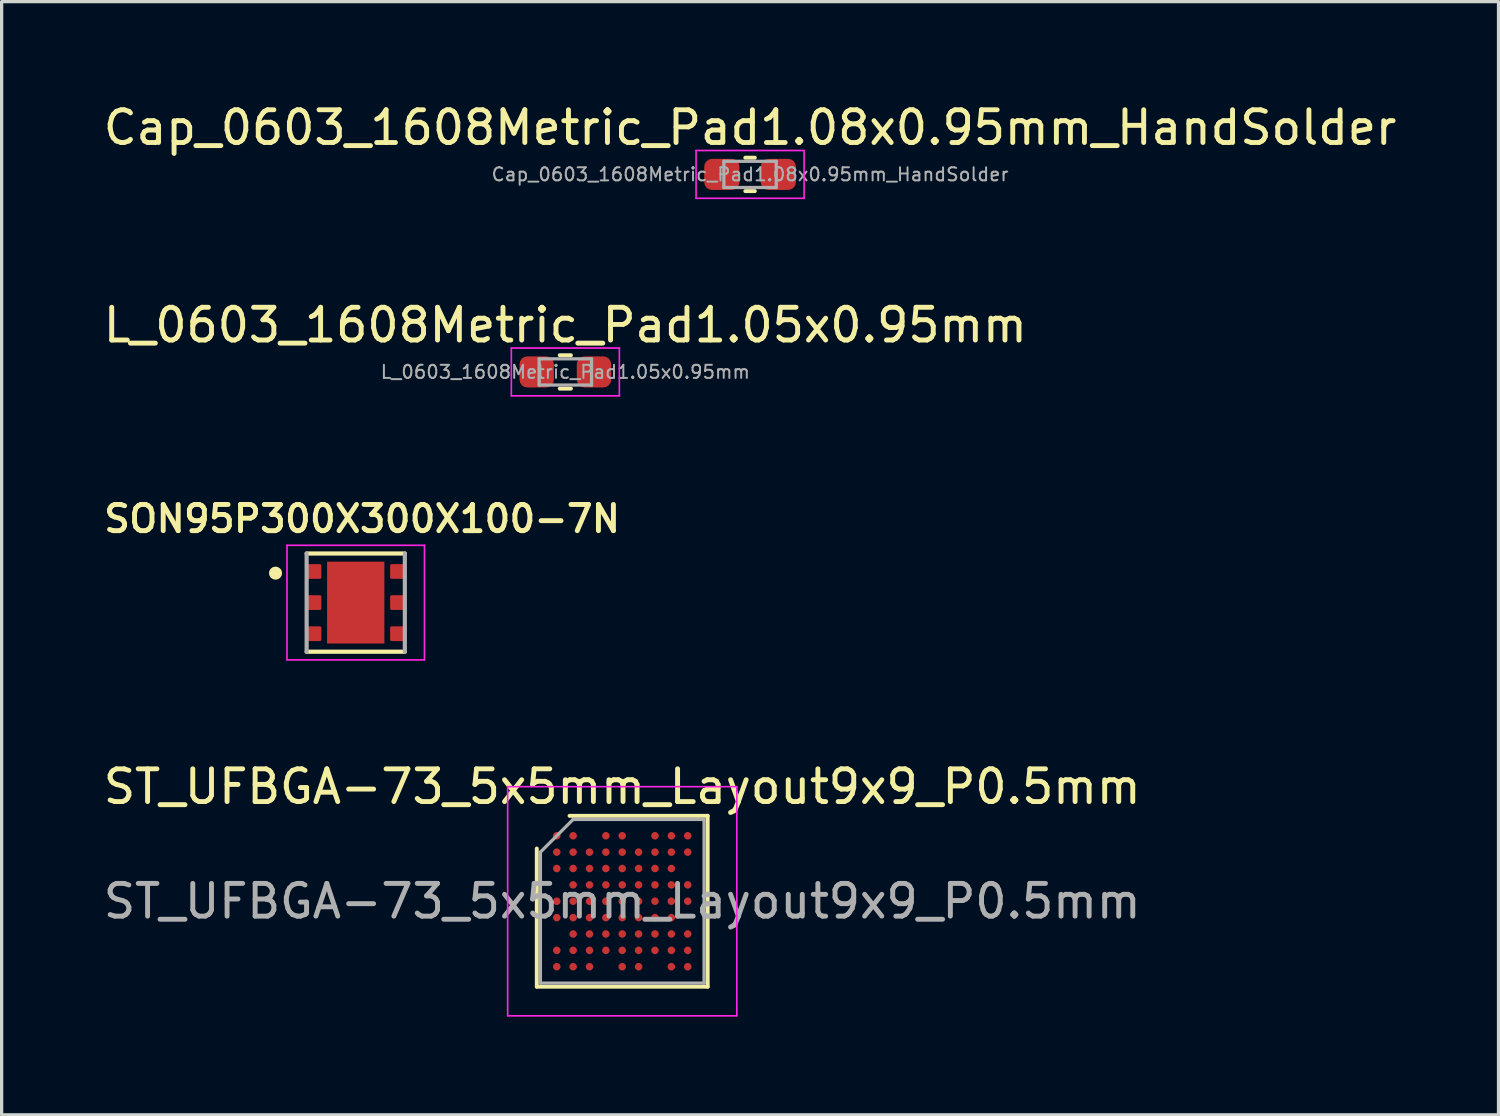
<source format=kicad_pcb>
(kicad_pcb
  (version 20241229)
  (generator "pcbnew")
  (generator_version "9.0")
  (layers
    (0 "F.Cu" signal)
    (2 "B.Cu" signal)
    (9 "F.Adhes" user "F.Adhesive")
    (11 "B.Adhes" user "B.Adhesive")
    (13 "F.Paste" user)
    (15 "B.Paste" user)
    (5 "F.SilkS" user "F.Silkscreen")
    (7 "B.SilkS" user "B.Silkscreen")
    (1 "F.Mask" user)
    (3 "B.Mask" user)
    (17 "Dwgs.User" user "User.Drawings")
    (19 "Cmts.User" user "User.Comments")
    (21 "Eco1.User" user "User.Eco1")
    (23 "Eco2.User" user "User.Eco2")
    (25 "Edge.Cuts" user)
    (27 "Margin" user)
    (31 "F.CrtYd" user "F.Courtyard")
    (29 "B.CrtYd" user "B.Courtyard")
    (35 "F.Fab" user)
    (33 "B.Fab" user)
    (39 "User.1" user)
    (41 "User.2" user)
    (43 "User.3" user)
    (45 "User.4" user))
  (footprint "SON95P300X300X100-7N"
    (layer "F.Cu")
    (at 7.817 15.358)
    (property "Reference" "SON95P300X300X100-7N" (at 0.195 -2.56 0) (layer "F.SilkS") (effects (font (size 0.8 0.8) (thickness 0.15))))
    (attr smd)
    (fp_line (start -1.5 -1.5) (end 1.5 -1.5) (stroke (width 0.127) (type solid)) (layer "F.SilkS"))
    (fp_line (start 1.5 1.5) (end -1.5 1.5) (stroke (width 0.127) (type solid)) (layer "F.SilkS"))
    (fp_circle (center -2.45 -0.9) (end -2.35 -0.9) (stroke (width 0.2) (type solid)) (fill no) (layer "F.SilkS"))
    (fp_poly (pts (xy -0.57 -0.83) (xy 0.57 -0.83) (xy 0.57 0.83) (xy -0.57 0.83)) (stroke (width 0.01) (type solid)) (fill yes) (layer "F.Paste"))
    (fp_line (start -2.1 -1.75) (end 2.1 -1.75) (stroke (width 0.05) (type solid)) (layer "F.CrtYd"))
    (fp_line (start -2.1 1.75) (end -2.1 -1.75) (stroke (width 0.05) (type solid)) (layer "F.CrtYd"))
    (fp_line (start 2.1 -1.75) (end 2.1 1.75) (stroke (width 0.05) (type solid)) (layer "F.CrtYd"))
    (fp_line (start 2.1 1.75) (end -2.1 1.75) (stroke (width 0.05) (type solid)) (layer "F.CrtYd"))
    (fp_line (start -1.5 1.5) (end -1.5 -1.5) (stroke (width 0.127) (type solid)) (layer "F.Fab"))
    (fp_line (start 1.5 -1.5) (end 1.5 1.5) (stroke (width 0.127) (type solid)) (layer "F.Fab"))
    (pad "1" smd roundrect (at -1.3 -0.95) (size 0.5 0.45) (layers "F.Cu" "F.Mask" "F.Paste") (roundrect_rratio 0.1))
    (pad "2" smd roundrect (at -1.3 0) (size 0.5 0.45) (layers "F.Cu" "F.Mask" "F.Paste") (roundrect_rratio 0.1))
    (pad "3" smd roundrect (at -1.3 0.95) (size 0.5 0.45) (layers "F.Cu" "F.Mask" "F.Paste") (roundrect_rratio 0.1))
    (pad "4" smd roundrect (at 1.3 0.95 180) (size 0.5 0.45) (layers "F.Cu" "F.Mask" "F.Paste") (roundrect_rratio 0.1))
    (pad "5" smd roundrect (at 1.3 0 180) (size 0.5 0.45) (layers "F.Cu" "F.Mask" "F.Paste") (roundrect_rratio 0.1))
    (pad "6" smd roundrect (at 1.3 -0.95 180) (size 0.5 0.45) (layers "F.Cu" "F.Mask" "F.Paste") (roundrect_rratio 0.1))
    (pad "7" smd rect (at 0 0 180) (size 1.75 2.5) (layers "F.Cu" "F.Mask")))
  (footprint "L_0603_1608Metric_Pad1.05x0.95mm"
    (layer "F.Cu")
    (at 14.22 8.312)
    (property "Reference" "L_0603_1608Metric_Pad1.05x0.95mm" (at 0 -1.43 0) (layer "F.SilkS") (effects (font (size 1 1) (thickness 0.15))))
    (attr smd)
    (fp_line (start -0.171 -0.51) (end 0.171 -0.51) (stroke (width 0.12) (type solid)) (layer "F.SilkS"))
    (fp_line (start -0.171 0.51) (end 0.171 0.51) (stroke (width 0.12) (type solid)) (layer "F.SilkS"))
    (fp_line (start -1.65 -0.73) (end 1.65 -0.73) (stroke (width 0.05) (type solid)) (layer "F.CrtYd"))
    (fp_line (start -1.65 0.73) (end -1.65 -0.73) (stroke (width 0.05) (type solid)) (layer "F.CrtYd"))
    (fp_line (start 1.65 -0.73) (end 1.65 0.73) (stroke (width 0.05) (type solid)) (layer "F.CrtYd"))
    (fp_line (start 1.65 0.73) (end -1.65 0.73) (stroke (width 0.05) (type solid)) (layer "F.CrtYd"))
    (fp_line (start -0.8 -0.4) (end 0.8 -0.4) (stroke (width 0.1) (type solid)) (layer "F.Fab"))
    (fp_line (start -0.8 0.4) (end -0.8 -0.4) (stroke (width 0.1) (type solid)) (layer "F.Fab"))
    (fp_line (start 0.8 -0.4) (end 0.8 0.4) (stroke (width 0.1) (type solid)) (layer "F.Fab"))
    (fp_line (start 0.8 0.4) (end -0.8 0.4) (stroke (width 0.1) (type solid)) (layer "F.Fab"))
    (fp_text user "${REFERENCE}" (at 0 0 0) (layer "F.Fab") (effects (font (size 0.4 0.4) (thickness 0.06))))
    (pad "1" smd roundrect (at -0.875 0) (size 1.05 0.95) (layers "F.Cu" "F.Mask" "F.Paste") (roundrect_rratio 0.25))
    (pad "2" smd roundrect (at 0.875 0) (size 1.05 0.95) (layers "F.Cu" "F.Mask" "F.Paste") (roundrect_rratio 0.25)))
  (footprint "Cap_0603_1608Metric_Pad1.08x0.95mm_HandSolder"
    (layer "F.Cu")
    (at 19.863 2.278)
    (property "Reference" "Cap_0603_1608Metric_Pad1.08x0.95mm_HandSolder" (at 0 -1.43 0) (layer "F.SilkS") (effects (font (size 1 1) (thickness 0.15))))
    (attr smd)
    (fp_line (start -0.146 -0.51) (end 0.146 -0.51) (stroke (width 0.12) (type solid)) (layer "F.SilkS"))
    (fp_line (start -0.146 0.51) (end 0.146 0.51) (stroke (width 0.12) (type solid)) (layer "F.SilkS"))
    (fp_line (start -1.65 -0.73) (end 1.65 -0.73) (stroke (width 0.05) (type solid)) (layer "F.CrtYd"))
    (fp_line (start -1.65 0.73) (end -1.65 -0.73) (stroke (width 0.05) (type solid)) (layer "F.CrtYd"))
    (fp_line (start 1.65 -0.73) (end 1.65 0.73) (stroke (width 0.05) (type solid)) (layer "F.CrtYd"))
    (fp_line (start 1.65 0.73) (end -1.65 0.73) (stroke (width 0.05) (type solid)) (layer "F.CrtYd"))
    (fp_line (start -0.8 -0.4) (end 0.8 -0.4) (stroke (width 0.1) (type solid)) (layer "F.Fab"))
    (fp_line (start -0.8 0.4) (end -0.8 -0.4) (stroke (width 0.1) (type solid)) (layer "F.Fab"))
    (fp_line (start 0.8 -0.4) (end 0.8 0.4) (stroke (width 0.1) (type solid)) (layer "F.Fab"))
    (fp_line (start 0.8 0.4) (end -0.8 0.4) (stroke (width 0.1) (type solid)) (layer "F.Fab"))
    (fp_text user "${REFERENCE}" (at 0 0 0) (layer "F.Fab") (effects (font (size 0.4 0.4) (thickness 0.06))))
    (pad "1" smd roundrect (at -0.863 0) (size 1.075 0.95) (layers "F.Cu" "F.Mask" "F.Paste") (roundrect_rratio 0.25))
    (pad "2" smd roundrect (at 0.863 0) (size 1.075 0.95) (layers "F.Cu" "F.Mask" "F.Paste") (roundrect_rratio 0.25)))
  (footprint "ST_UFBGA-73_5x5mm_Layout9x9_P0.5mm"
    (layer "F.Cu")
    (at 15.958 24.481)
    (property "Reference" "ST_UFBGA-73_5x5mm_Layout9x9_P0.5mm" (at 0 -3.5 0) (layer "F.SilkS") (effects (font (size 1 1) (thickness 0.15))))
    (attr smd)
    (fp_line (start -2.61 2.61) (end -2.61 -1.61) (stroke (width 0.12) (type solid)) (layer "F.SilkS"))
    (fp_line (start -1.61 -2.61) (end 2.61 -2.61) (stroke (width 0.12) (type solid)) (layer "F.SilkS"))
    (fp_line (start 2.61 -2.61) (end 2.61 2.61) (stroke (width 0.12) (type solid)) (layer "F.SilkS"))
    (fp_line (start 2.61 2.61) (end -2.61 2.61) (stroke (width 0.12) (type solid)) (layer "F.SilkS"))
    (fp_line (start -3.5 -3.5) (end -3.5 3.5) (stroke (width 0.05) (type solid)) (layer "F.CrtYd"))
    (fp_line (start -3.5 3.5) (end 3.5 3.5) (stroke (width 0.05) (type solid)) (layer "F.CrtYd"))
    (fp_line (start 3.5 -3.5) (end -3.5 -3.5) (stroke (width 0.05) (type solid)) (layer "F.CrtYd"))
    (fp_line (start 3.5 3.5) (end 3.5 -3.5) (stroke (width 0.05) (type solid)) (layer "F.CrtYd"))
    (fp_line (start -2.5 -1.5) (end -1.5 -2.5) (stroke (width 0.1) (type solid)) (layer "F.Fab"))
    (fp_line (start -2.5 2.5) (end -2.5 -1.5) (stroke (width 0.1) (type solid)) (layer "F.Fab"))
    (fp_line (start -1.5 -2.5) (end 2.5 -2.5) (stroke (width 0.1) (type solid)) (layer "F.Fab"))
    (fp_line (start 2.5 -2.5) (end 2.5 2.5) (stroke (width 0.1) (type solid)) (layer "F.Fab"))
    (fp_line (start 2.5 2.5) (end -2.5 2.5) (stroke (width 0.1) (type solid)) (layer "F.Fab"))
    (fp_text user "${REFERENCE}" (at 0 0 0) (layer "F.Fab") (effects (font (size 1 1) (thickness 0.15))))
    (pad "A1" smd circle (at -2 -2) (size 0.23 0.23) (layers "F.Cu" "F.Mask" "F.Paste"))
    (pad "A2" smd circle (at -1.5 -2) (size 0.23 0.23) (layers "F.Cu" "F.Mask" "F.Paste"))
    (pad "A4" smd circle (at -0.5 -2) (size 0.23 0.23) (layers "F.Cu" "F.Mask" "F.Paste"))
    (pad "A5" smd circle (at 0 -2) (size 0.23 0.23) (layers "F.Cu" "F.Mask" "F.Paste"))
    (pad "A7" smd circle (at 1 -2) (size 0.23 0.23) (layers "F.Cu" "F.Mask" "F.Paste"))
    (pad "A8" smd circle (at 1.5 -2) (size 0.23 0.23) (layers "F.Cu" "F.Mask" "F.Paste"))
    (pad "A9" smd circle (at 2 -2) (size 0.23 0.23) (layers "F.Cu" "F.Mask" "F.Paste"))
    (pad "B1" smd circle (at -2 -1.5) (size 0.23 0.23) (layers "F.Cu" "F.Mask" "F.Paste"))
    (pad "B2" smd circle (at -1.5 -1.5) (size 0.23 0.23) (layers "F.Cu" "F.Mask" "F.Paste"))
    (pad "B3" smd circle (at -1 -1.5) (size 0.23 0.23) (layers "F.Cu" "F.Mask" "F.Paste"))
    (pad "B4" smd circle (at -0.5 -1.5) (size 0.23 0.23) (layers "F.Cu" "F.Mask" "F.Paste"))
    (pad "B5" smd circle (at 0 -1.5) (size 0.23 0.23) (layers "F.Cu" "F.Mask" "F.Paste"))
    (pad "B6" smd circle (at 0.5 -1.5) (size 0.23 0.23) (layers "F.Cu" "F.Mask" "F.Paste"))
    (pad "B7" smd circle (at 1 -1.5) (size 0.23 0.23) (layers "F.Cu" "F.Mask" "F.Paste"))
    (pad "B8" smd circle (at 1.5 -1.5) (size 0.23 0.23) (layers "F.Cu" "F.Mask" "F.Paste"))
    (pad "B9" smd circle (at 2 -1.5) (size 0.23 0.23) (layers "F.Cu" "F.Mask" "F.Paste"))
    (pad "C1" smd circle (at -2 -1) (size 0.23 0.23) (layers "F.Cu" "F.Mask" "F.Paste"))
    (pad "C2" smd circle (at -1.5 -1) (size 0.23 0.23) (layers "F.Cu" "F.Mask" "F.Paste"))
    (pad "C3" smd circle (at -1 -1) (size 0.23 0.23) (layers "F.Cu" "F.Mask" "F.Paste"))
    (pad "C4" smd circle (at -0.5 -1) (size 0.23 0.23) (layers "F.Cu" "F.Mask" "F.Paste"))
    (pad "C5" smd circle (at 0 -1) (size 0.23 0.23) (layers "F.Cu" "F.Mask" "F.Paste"))
    (pad "C6" smd circle (at 0.5 -1) (size 0.23 0.23) (layers "F.Cu" "F.Mask" "F.Paste"))
    (pad "C7" smd circle (at 1 -1) (size 0.23 0.23) (layers "F.Cu" "F.Mask" "F.Paste"))
    (pad "C8" smd circle (at 1.5 -1) (size 0.23 0.23) (layers "F.Cu" "F.Mask" "F.Paste"))
    (pad "D2" smd circle (at -1.5 -0.5) (size 0.23 0.23) (layers "F.Cu" "F.Mask" "F.Paste"))
    (pad "D3" smd circle (at -1 -0.5) (size 0.23 0.23) (layers "F.Cu" "F.Mask" "F.Paste"))
    (pad "D4" smd circle (at -0.5 -0.5) (size 0.23 0.23) (layers "F.Cu" "F.Mask" "F.Paste"))
    (pad "D5" smd circle (at 0 -0.5) (size 0.23 0.23) (layers "F.Cu" "F.Mask" "F.Paste"))
    (pad "D6" smd circle (at 0.5 -0.5) (size 0.23 0.23) (layers "F.Cu" "F.Mask" "F.Paste"))
    (pad "D7" smd circle (at 1 -0.5) (size 0.23 0.23) (layers "F.Cu" "F.Mask" "F.Paste"))
    (pad "D8" smd circle (at 1.5 -0.5) (size 0.23 0.23) (layers "F.Cu" "F.Mask" "F.Paste"))
    (pad "D9" smd circle (at 2 -0.5) (size 0.23 0.23) (layers "F.Cu" "F.Mask" "F.Paste"))
    (pad "E1" smd circle (at -2 0) (size 0.23 0.23) (layers "F.Cu" "F.Mask" "F.Paste"))
    (pad "E2" smd circle (at -1.5 0) (size 0.23 0.23) (layers "F.Cu" "F.Mask" "F.Paste"))
    (pad "E3" smd circle (at -1 0) (size 0.23 0.23) (layers "F.Cu" "F.Mask" "F.Paste"))
    (pad "E4" smd circle (at -0.5 0) (size 0.23 0.23) (layers "F.Cu" "F.Mask" "F.Paste"))
    (pad "E5" smd circle (at 0 0) (size 0.23 0.23) (layers "F.Cu" "F.Mask" "F.Paste"))
    (pad "E6" smd circle (at 0.5 0) (size 0.23 0.23) (layers "F.Cu" "F.Mask" "F.Paste"))
    (pad "E7" smd circle (at 1 0) (size 0.23 0.23) (layers "F.Cu" "F.Mask" "F.Paste"))
    (pad "E8" smd circle (at 1.5 0) (size 0.23 0.23) (layers "F.Cu" "F.Mask" "F.Paste"))
    (pad "E9" smd circle (at 2 0) (size 0.23 0.23) (layers "F.Cu" "F.Mask" "F.Paste"))
    (pad "F1" smd circle (at -2 0.5) (size 0.23 0.23) (layers "F.Cu" "F.Mask" "F.Paste"))
    (pad "F2" smd circle (at -1.5 0.5) (size 0.23 0.23) (layers "F.Cu" "F.Mask" "F.Paste"))
    (pad "F3" smd circle (at -1 0.5) (size 0.23 0.23) (layers "F.Cu" "F.Mask" "F.Paste"))
    (pad "F4" smd circle (at -0.5 0.5) (size 0.23 0.23) (layers "F.Cu" "F.Mask" "F.Paste"))
    (pad "F5" smd circle (at 0 0.5) (size 0.23 0.23) (layers "F.Cu" "F.Mask" "F.Paste"))
    (pad "F6" smd circle (at 0.5 0.5) (size 0.23 0.23) (layers "F.Cu" "F.Mask" "F.Paste"))
    (pad "F7" smd circle (at 1 0.5) (size 0.23 0.23) (layers "F.Cu" "F.Mask" "F.Paste"))
    (pad "F8" smd circle (at 1.5 0.5) (size 0.23 0.23) (layers "F.Cu" "F.Mask" "F.Paste"))
    (pad "G2" smd circle (at -1.5 1) (size 0.23 0.23) (layers "F.Cu" "F.Mask" "F.Paste"))
    (pad "G3" smd circle (at -1 1) (size 0.23 0.23) (layers "F.Cu" "F.Mask" "F.Paste"))
    (pad "G4" smd circle (at -0.5 1) (size 0.23 0.23) (layers "F.Cu" "F.Mask" "F.Paste"))
    (pad "G5" smd circle (at 0 1) (size 0.23 0.23) (layers "F.Cu" "F.Mask" "F.Paste"))
    (pad "G6" smd circle (at 0.5 1) (size 0.23 0.23) (layers "F.Cu" "F.Mask" "F.Paste"))
    (pad "G7" smd circle (at 1 1) (size 0.23 0.23) (layers "F.Cu" "F.Mask" "F.Paste"))
    (pad "G8" smd circle (at 1.5 1) (size 0.23 0.23) (layers "F.Cu" "F.Mask" "F.Paste"))
    (pad "G9" smd circle (at 2 1) (size 0.23 0.23) (layers "F.Cu" "F.Mask" "F.Paste"))
    (pad "H1" smd circle (at -2 1.5) (size 0.23 0.23) (layers "F.Cu" "F.Mask" "F.Paste"))
    (pad "H2" smd circle (at -1.5 1.5) (size 0.23 0.23) (layers "F.Cu" "F.Mask" "F.Paste"))
    (pad "H3" smd circle (at -1 1.5) (size 0.23 0.23) (layers "F.Cu" "F.Mask" "F.Paste"))
    (pad "H4" smd circle (at -0.5 1.5) (size 0.23 0.23) (layers "F.Cu" "F.Mask" "F.Paste"))
    (pad "H5" smd circle (at 0 1.5) (size 0.23 0.23) (layers "F.Cu" "F.Mask" "F.Paste"))
    (pad "H6" smd circle (at 0.5 1.5) (size 0.23 0.23) (layers "F.Cu" "F.Mask" "F.Paste"))
    (pad "H7" smd circle (at 1 1.5) (size 0.23 0.23) (layers "F.Cu" "F.Mask" "F.Paste"))
    (pad "H8" smd circle (at 1.5 1.5) (size 0.23 0.23) (layers "F.Cu" "F.Mask" "F.Paste"))
    (pad "H9" smd circle (at 2 1.5) (size 0.23 0.23) (layers "F.Cu" "F.Mask" "F.Paste"))
    (pad "J1" smd circle (at -2 2) (size 0.23 0.23) (layers "F.Cu" "F.Mask" "F.Paste"))
    (pad "J2" smd circle (at -1.5 2) (size 0.23 0.23) (layers "F.Cu" "F.Mask" "F.Paste"))
    (pad "J3" smd circle (at -1 2) (size 0.23 0.23) (layers "F.Cu" "F.Mask" "F.Paste"))
    (pad "J5" smd circle (at 0 2) (size 0.23 0.23) (layers "F.Cu" "F.Mask" "F.Paste"))
    (pad "J6" smd circle (at 0.5 2) (size 0.23 0.23) (layers "F.Cu" "F.Mask" "F.Paste"))
    (pad "J8" smd circle (at 1.5 2) (size 0.23 0.23) (layers "F.Cu" "F.Mask" "F.Paste"))
    (pad "J9" smd circle (at 2 2) (size 0.23 0.23) (layers "F.Cu" "F.Mask" "F.Paste")))
  (gr_rect
    (start -3 -3)
    (end 42.726 31.006)
    (stroke (width 0.1) (type default))
    (fill no)
    (layer "Edge.Cuts")))
</source>
